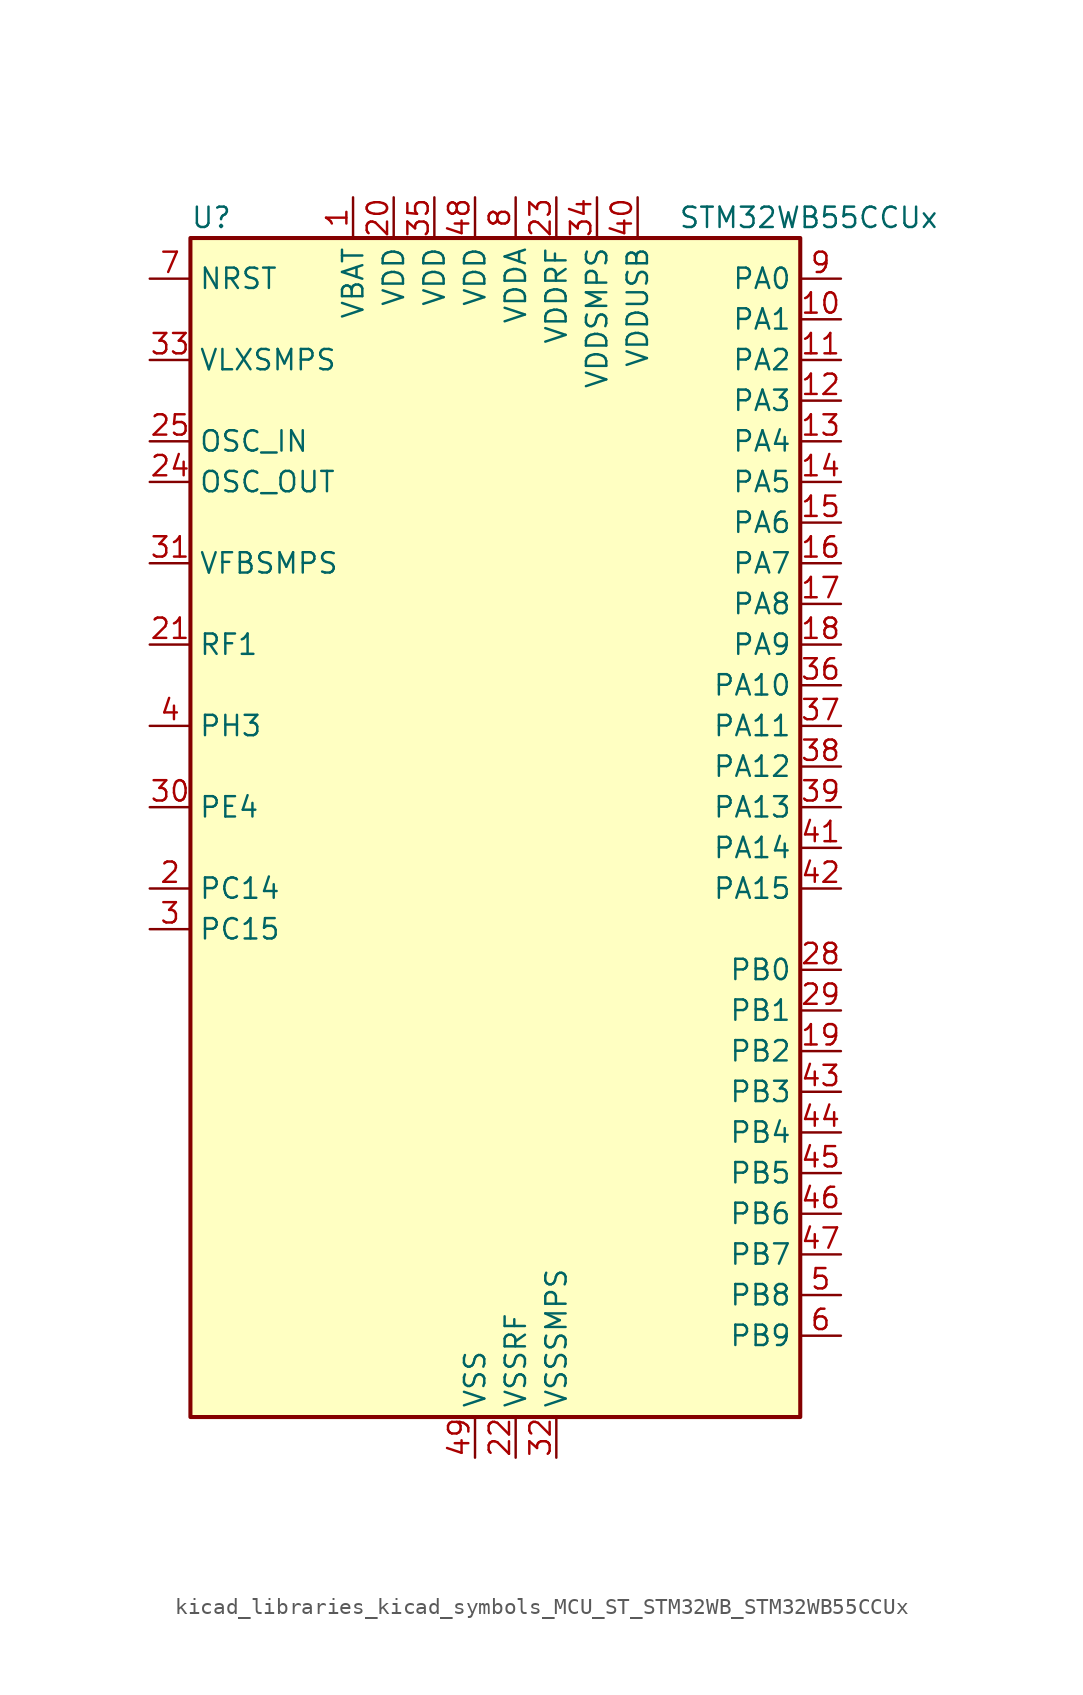
<source format=kicad_sym>
(kicad_symbol_lib
  (version 20220914)
  (generator kicad_symbol_editor)
  (symbol "kicad_libraries_kicad_symbols_MCU_ST_STM32WB_STM32WB55CCUx"
    (property "Reference" "U"
      (at -17.78 39.37 0)
      (effects (font (size 1.27 1.27)) (justify left)))
    (property "Value" "STM32WB55CCUx"
      (at 12.7 39.37 0)
      (effects (font (size 1.27 1.27)) (justify left)))
    (property "ki_locked" ""
      (at 0 0 0)
      (effects (font (size 1.27 1.27))))
    (symbol "kicad_libraries_kicad_symbols_MCU_ST_STM32WB_STM32WB55CCUx_0_1"
      (rectangle (start -17.78 -35.56) (end 20.32 38.1) (stroke (width 0.254) (type default)) (fill (type background))))
    (symbol "kicad_libraries_kicad_symbols_MCU_ST_STM32WB_STM32WB55CCUx_1_1"
      (pin power_in line (at -7.62 40.64 270) (length 2.54) (name "VBAT" (effects (font (size 1.27 1.27)))) (number "1" (effects (font (size 1.27 1.27)))))
      (pin bidirectional line (at 22.86 33.02 180) (length 2.54) (name "PA1" (effects (font (size 1.27 1.27)))) (number "10" (effects (font (size 1.27 1.27)))) (alternate "ADC1_IN6" bidirectional line) (alternate "COMP1_INP" bidirectional line) (alternate "I2C1_SMBA" bidirectional line) (alternate "LCD_SEG0" bidirectional line) (alternate "SPI1_SCK" bidirectional line) (alternate "TIM2_CH2" bidirectional line))
      (pin bidirectional line (at 22.86 30.48 180) (length 2.54) (name "PA2" (effects (font (size 1.27 1.27)))) (number "11" (effects (font (size 1.27 1.27)))) (alternate "ADC1_IN7" bidirectional line) (alternate "COMP2_INM" bidirectional line) (alternate "COMP2_OUT" bidirectional line) (alternate "LCD_SEG1" bidirectional line) (alternate "LPUART1_TX" bidirectional line) (alternate "QUADSPI_BK1_NCS" bidirectional line) (alternate "RCC_LSCO" bidirectional line) (alternate "SYS_WKUP4" bidirectional line) (alternate "TIM2_CH3" bidirectional line))
      (pin bidirectional line (at 22.86 27.94 180) (length 2.54) (name "PA3" (effects (font (size 1.27 1.27)))) (number "12" (effects (font (size 1.27 1.27)))) (alternate "ADC1_IN8" bidirectional line) (alternate "COMP2_INP" bidirectional line) (alternate "LCD_SEG2" bidirectional line) (alternate "LPUART1_RX" bidirectional line) (alternate "QUADSPI_CLK" bidirectional line) (alternate "SAI1_CK1" bidirectional line) (alternate "SAI1_MCLK_A" bidirectional line) (alternate "TIM2_CH4" bidirectional line))
      (pin bidirectional line (at 22.86 25.4 180) (length 2.54) (name "PA4" (effects (font (size 1.27 1.27)))) (number "13" (effects (font (size 1.27 1.27)))) (alternate "ADC1_IN9" bidirectional line) (alternate "COMP1_INM" bidirectional line) (alternate "COMP2_INM" bidirectional line) (alternate "LCD_SEG5" bidirectional line) (alternate "LPTIM2_OUT" bidirectional line) (alternate "SAI1_FS_B" bidirectional line) (alternate "SPI1_NSS" bidirectional line))
      (pin bidirectional line (at 22.86 22.86 180) (length 2.54) (name "PA5" (effects (font (size 1.27 1.27)))) (number "14" (effects (font (size 1.27 1.27)))) (alternate "ADC1_IN10" bidirectional line) (alternate "COMP1_INM" bidirectional line) (alternate "COMP2_INM" bidirectional line) (alternate "LPTIM2_ETR" bidirectional line) (alternate "SAI1_SD_B" bidirectional line) (alternate "SPI1_SCK" bidirectional line) (alternate "TIM2_CH1" bidirectional line) (alternate "TIM2_ETR" bidirectional line))
      (pin bidirectional line (at 22.86 20.32 180) (length 2.54) (name "PA6" (effects (font (size 1.27 1.27)))) (number "15" (effects (font (size 1.27 1.27)))) (alternate "ADC1_IN11" bidirectional line) (alternate "LCD_SEG3" bidirectional line) (alternate "LPUART1_CTS" bidirectional line) (alternate "QUADSPI_BK1_IO3" bidirectional line) (alternate "SPI1_MISO" bidirectional line) (alternate "TIM16_CH1" bidirectional line) (alternate "TIM1_BKIN" bidirectional line))
      (pin bidirectional line (at 22.86 17.78 180) (length 2.54) (name "PA7" (effects (font (size 1.27 1.27)))) (number "16" (effects (font (size 1.27 1.27)))) (alternate "ADC1_IN12" bidirectional line) (alternate "COMP2_OUT" bidirectional line) (alternate "I2C3_SCL" bidirectional line) (alternate "LCD_SEG4" bidirectional line) (alternate "QUADSPI_BK1_IO2" bidirectional line) (alternate "SPI1_MOSI" bidirectional line) (alternate "TIM17_CH1" bidirectional line) (alternate "TIM1_CH1N" bidirectional line))
      (pin bidirectional line (at 22.86 15.24 180) (length 2.54) (name "PA8" (effects (font (size 1.27 1.27)))) (number "17" (effects (font (size 1.27 1.27)))) (alternate "ADC1_IN15" bidirectional line) (alternate "LCD_COM0" bidirectional line) (alternate "LPTIM2_OUT" bidirectional line) (alternate "RCC_MCO" bidirectional line) (alternate "SAI1_CK2" bidirectional line) (alternate "SAI1_SCK_A" bidirectional line) (alternate "TIM1_CH1" bidirectional line) (alternate "USART1_CK" bidirectional line))
      (pin bidirectional line (at 22.86 12.7 180) (length 2.54) (name "PA9" (effects (font (size 1.27 1.27)))) (number "18" (effects (font (size 1.27 1.27)))) (alternate "ADC1_IN16" bidirectional line) (alternate "COMP1_INM" bidirectional line) (alternate "I2C1_SCL" bidirectional line) (alternate "LCD_COM1" bidirectional line) (alternate "SAI1_D2" bidirectional line) (alternate "SAI1_FS_A" bidirectional line) (alternate "TIM1_CH2" bidirectional line) (alternate "USART1_TX" bidirectional line))
      (pin bidirectional line (at 22.86 -12.7 180) (length 2.54) (name "PB2" (effects (font (size 1.27 1.27)))) (number "19" (effects (font (size 1.27 1.27)))) (alternate "COMP1_INP" bidirectional line) (alternate "I2C3_SMBA" bidirectional line) (alternate "LCD_VLCD" bidirectional line) (alternate "LPTIM1_OUT" bidirectional line) (alternate "RTC_OUT2" bidirectional line) (alternate "SAI1_EXTCLK" bidirectional line) (alternate "SPI1_NSS" bidirectional line))
      (pin bidirectional line (at -20.32 -2.54 0) (length 2.54) (name "PC14" (effects (font (size 1.27 1.27)))) (number "2" (effects (font (size 1.27 1.27)))) (alternate "RCC_OSC32_IN" bidirectional line))
      (pin power_in line (at -5.08 40.64 270) (length 2.54) (name "VDD" (effects (font (size 1.27 1.27)))) (number "20" (effects (font (size 1.27 1.27)))))
      (pin bidirectional line (at -20.32 12.7 0) (length 2.54) (name "RF1" (effects (font (size 1.27 1.27)))) (number "21" (effects (font (size 1.27 1.27)))) (alternate "RF_RF1" bidirectional line))
      (pin power_in line (at 2.54 -38.1 90) (length 2.54) (name "VSSRF" (effects (font (size 1.27 1.27)))) (number "22" (effects (font (size 1.27 1.27)))))
      (pin power_in line (at 5.08 40.64 270) (length 2.54) (name "VDDRF" (effects (font (size 1.27 1.27)))) (number "23" (effects (font (size 1.27 1.27)))))
      (pin input line (at -20.32 22.86 0) (length 2.54) (name "OSC_OUT" (effects (font (size 1.27 1.27)))) (number "24" (effects (font (size 1.27 1.27)))) (alternate "RCC_OSC_OUT" bidirectional line))
      (pin input line (at -20.32 25.4 0) (length 2.54) (name "OSC_IN" (effects (font (size 1.27 1.27)))) (number "25" (effects (font (size 1.27 1.27)))) (alternate "RCC_OSC_IN" bidirectional line))
      (pin no_connect line (at -17.78 -35.56 0) (length 2.54) hide (name "AT0" (effects (font (size 1.27 1.27)))) (number "26" (effects (font (size 1.27 1.27)))))
      (pin no_connect line (at -17.78 -33.02 0) (length 2.54) hide (name "AT1" (effects (font (size 1.27 1.27)))) (number "27" (effects (font (size 1.27 1.27)))))
      (pin bidirectional line (at 22.86 -7.62 180) (length 2.54) (name "PB0" (effects (font (size 1.27 1.27)))) (number "28" (effects (font (size 1.27 1.27)))) (alternate "COMP1_OUT" bidirectional line) (alternate "RF_TX_MOD_EXT_PA" bidirectional line))
      (pin bidirectional line (at 22.86 -10.16 180) (length 2.54) (name "PB1" (effects (font (size 1.27 1.27)))) (number "29" (effects (font (size 1.27 1.27)))) (alternate "LPTIM2_IN1" bidirectional line) (alternate "LPUART1_DE" bidirectional line) (alternate "LPUART1_RTS" bidirectional line))
      (pin bidirectional line (at -20.32 -5.08 0) (length 2.54) (name "PC15" (effects (font (size 1.27 1.27)))) (number "3" (effects (font (size 1.27 1.27)))) (alternate "ADC1_EXTI15" bidirectional line) (alternate "RCC_OSC32_OUT" bidirectional line))
      (pin bidirectional line (at -20.32 2.54 0) (length 2.54) (name "PE4" (effects (font (size 1.27 1.27)))) (number "30" (effects (font (size 1.27 1.27)))))
      (pin input line (at -20.32 17.78 0) (length 2.54) (name "VFBSMPS" (effects (font (size 1.27 1.27)))) (number "31" (effects (font (size 1.27 1.27)))))
      (pin power_in line (at 5.08 -38.1 90) (length 2.54) (name "VSSSMPS" (effects (font (size 1.27 1.27)))) (number "32" (effects (font (size 1.27 1.27)))))
      (pin power_in line (at -20.32 30.48 0) (length 2.54) (name "VLXSMPS" (effects (font (size 1.27 1.27)))) (number "33" (effects (font (size 1.27 1.27)))))
      (pin power_in line (at 7.62 40.64 270) (length 2.54) (name "VDDSMPS" (effects (font (size 1.27 1.27)))) (number "34" (effects (font (size 1.27 1.27)))))
      (pin power_in line (at -2.54 40.64 270) (length 2.54) (name "VDD" (effects (font (size 1.27 1.27)))) (number "35" (effects (font (size 1.27 1.27)))))
      (pin bidirectional line (at 22.86 10.16 180) (length 2.54) (name "PA10" (effects (font (size 1.27 1.27)))) (number "36" (effects (font (size 1.27 1.27)))) (alternate "CRS_SYNC" bidirectional line) (alternate "I2C1_SDA" bidirectional line) (alternate "LCD_COM2" bidirectional line) (alternate "SAI1_D1" bidirectional line) (alternate "SAI1_SD_A" bidirectional line) (alternate "TIM17_BKIN" bidirectional line) (alternate "TIM1_CH3" bidirectional line) (alternate "USART1_RX" bidirectional line))
      (pin bidirectional line (at 22.86 7.62 180) (length 2.54) (name "PA11" (effects (font (size 1.27 1.27)))) (number "37" (effects (font (size 1.27 1.27)))) (alternate "ADC1_EXTI11" bidirectional line) (alternate "SPI1_MISO" bidirectional line) (alternate "TIM1_BKIN2" bidirectional line) (alternate "TIM1_CH4" bidirectional line) (alternate "USART1_CTS" bidirectional line) (alternate "USART1_NSS" bidirectional line) (alternate "USB_DM" bidirectional line))
      (pin bidirectional line (at 22.86 5.08 180) (length 2.54) (name "PA12" (effects (font (size 1.27 1.27)))) (number "38" (effects (font (size 1.27 1.27)))) (alternate "LPUART1_RX" bidirectional line) (alternate "SPI1_MOSI" bidirectional line) (alternate "TIM1_ETR" bidirectional line) (alternate "USART1_DE" bidirectional line) (alternate "USART1_RTS" bidirectional line) (alternate "USB_DP" bidirectional line))
      (pin bidirectional line (at 22.86 2.54 180) (length 2.54) (name "PA13" (effects (font (size 1.27 1.27)))) (number "39" (effects (font (size 1.27 1.27)))) (alternate "IR_OUT" bidirectional line) (alternate "SAI1_SD_B" bidirectional line) (alternate "SYS_JTMS-SWDIO" bidirectional line) (alternate "USB_NOE" bidirectional line))
      (pin bidirectional line (at -20.32 7.62 0) (length 2.54) (name "PH3" (effects (font (size 1.27 1.27)))) (number "4" (effects (font (size 1.27 1.27)))) (alternate "RCC_LSCO" bidirectional line))
      (pin power_in line (at 10.16 40.64 270) (length 2.54) (name "VDDUSB" (effects (font (size 1.27 1.27)))) (number "40" (effects (font (size 1.27 1.27)))))
      (pin bidirectional line (at 22.86 0 180) (length 2.54) (name "PA14" (effects (font (size 1.27 1.27)))) (number "41" (effects (font (size 1.27 1.27)))) (alternate "I2C1_SMBA" bidirectional line) (alternate "LCD_SEG5" bidirectional line) (alternate "LPTIM1_OUT" bidirectional line) (alternate "SAI1_FS_B" bidirectional line) (alternate "SYS_JTCK-SWCLK" bidirectional line))
      (pin bidirectional line (at 22.86 -2.54 180) (length 2.54) (name "PA15" (effects (font (size 1.27 1.27)))) (number "42" (effects (font (size 1.27 1.27)))) (alternate "ADC1_EXTI15" bidirectional line) (alternate "LCD_SEG17" bidirectional line) (alternate "RCC_MCO" bidirectional line) (alternate "SPI1_NSS" bidirectional line) (alternate "SYS_JTDI" bidirectional line) (alternate "TIM2_CH1" bidirectional line) (alternate "TIM2_ETR" bidirectional line))
      (pin bidirectional line (at 22.86 -15.24 180) (length 2.54) (name "PB3" (effects (font (size 1.27 1.27)))) (number "43" (effects (font (size 1.27 1.27)))) (alternate "COMP2_INM" bidirectional line) (alternate "LCD_SEG7" bidirectional line) (alternate "SAI1_SCK_B" bidirectional line) (alternate "SPI1_SCK" bidirectional line) (alternate "SYS_JTDO-SWO" bidirectional line) (alternate "TIM2_CH2" bidirectional line) (alternate "USART1_DE" bidirectional line) (alternate "USART1_RTS" bidirectional line))
      (pin bidirectional line (at 22.86 -17.78 180) (length 2.54) (name "PB4" (effects (font (size 1.27 1.27)))) (number "44" (effects (font (size 1.27 1.27)))) (alternate "COMP2_INP" bidirectional line) (alternate "I2C3_SDA" bidirectional line) (alternate "LCD_SEG8" bidirectional line) (alternate "SAI1_MCLK_B" bidirectional line) (alternate "SPI1_MISO" bidirectional line) (alternate "SYS_JTRST" bidirectional line) (alternate "TIM17_BKIN" bidirectional line) (alternate "USART1_CTS" bidirectional line) (alternate "USART1_NSS" bidirectional line))
      (pin bidirectional line (at 22.86 -20.32 180) (length 2.54) (name "PB5" (effects (font (size 1.27 1.27)))) (number "45" (effects (font (size 1.27 1.27)))) (alternate "COMP2_OUT" bidirectional line) (alternate "I2C1_SMBA" bidirectional line) (alternate "LCD_SEG9" bidirectional line) (alternate "LPTIM1_IN1" bidirectional line) (alternate "LPUART1_TX" bidirectional line) (alternate "SAI1_SD_B" bidirectional line) (alternate "SPI1_MOSI" bidirectional line) (alternate "TIM16_BKIN" bidirectional line) (alternate "USART1_CK" bidirectional line))
      (pin bidirectional line (at 22.86 -22.86 180) (length 2.54) (name "PB6" (effects (font (size 1.27 1.27)))) (number "46" (effects (font (size 1.27 1.27)))) (alternate "COMP2_INP" bidirectional line) (alternate "I2C1_SCL" bidirectional line) (alternate "LCD_SEG6" bidirectional line) (alternate "LPTIM1_ETR" bidirectional line) (alternate "RCC_MCO" bidirectional line) (alternate "SAI1_FS_B" bidirectional line) (alternate "TIM16_CH1N" bidirectional line) (alternate "USART1_TX" bidirectional line))
      (pin bidirectional line (at 22.86 -25.4 180) (length 2.54) (name "PB7" (effects (font (size 1.27 1.27)))) (number "47" (effects (font (size 1.27 1.27)))) (alternate "COMP2_INM" bidirectional line) (alternate "I2C1_SDA" bidirectional line) (alternate "LCD_SEG21" bidirectional line) (alternate "LPTIM1_IN2" bidirectional line) (alternate "SYS_PVD_IN" bidirectional line) (alternate "TIM17_CH1N" bidirectional line) (alternate "TIM1_BKIN" bidirectional line) (alternate "USART1_RX" bidirectional line))
      (pin power_in line (at 0 40.64 270) (length 2.54) (name "VDD" (effects (font (size 1.27 1.27)))) (number "48" (effects (font (size 1.27 1.27)))))
      (pin power_in line (at 0 -38.1 90) (length 2.54) (name "VSS" (effects (font (size 1.27 1.27)))) (number "49" (effects (font (size 1.27 1.27)))))
      (pin bidirectional line (at 22.86 -27.94 180) (length 2.54) (name "PB8" (effects (font (size 1.27 1.27)))) (number "5" (effects (font (size 1.27 1.27)))) (alternate "I2C1_SCL" bidirectional line) (alternate "LCD_SEG16" bidirectional line) (alternate "QUADSPI_BK1_IO1" bidirectional line) (alternate "SAI1_CK1" bidirectional line) (alternate "SAI1_MCLK_A" bidirectional line) (alternate "TIM16_CH1" bidirectional line) (alternate "TIM1_CH2N" bidirectional line))
      (pin bidirectional line (at 22.86 -30.48 180) (length 2.54) (name "PB9" (effects (font (size 1.27 1.27)))) (number "6" (effects (font (size 1.27 1.27)))) (alternate "I2C1_SDA" bidirectional line) (alternate "IR_OUT" bidirectional line) (alternate "LCD_COM3" bidirectional line) (alternate "QUADSPI_BK1_IO0" bidirectional line) (alternate "SAI1_D2" bidirectional line) (alternate "SAI1_FS_A" bidirectional line) (alternate "TIM17_CH1" bidirectional line) (alternate "TIM1_CH3N" bidirectional line))
      (pin input line (at -20.32 35.56 0) (length 2.54) (name "NRST" (effects (font (size 1.27 1.27)))) (number "7" (effects (font (size 1.27 1.27)))))
      (pin power_in line (at 2.54 40.64 270) (length 2.54) (name "VDDA" (effects (font (size 1.27 1.27)))) (number "8" (effects (font (size 1.27 1.27)))))
      (pin bidirectional line (at 22.86 35.56 180) (length 2.54) (name "PA0" (effects (font (size 1.27 1.27)))) (number "9" (effects (font (size 1.27 1.27)))) (alternate "ADC1_IN5" bidirectional line) (alternate "COMP1_INM" bidirectional line) (alternate "COMP1_OUT" bidirectional line) (alternate "RTC_TAMP2" bidirectional line) (alternate "SAI1_EXTCLK" bidirectional line) (alternate "SYS_WKUP1" bidirectional line) (alternate "TIM2_CH1" bidirectional line) (alternate "TIM2_ETR" bidirectional line)))))
</source>
